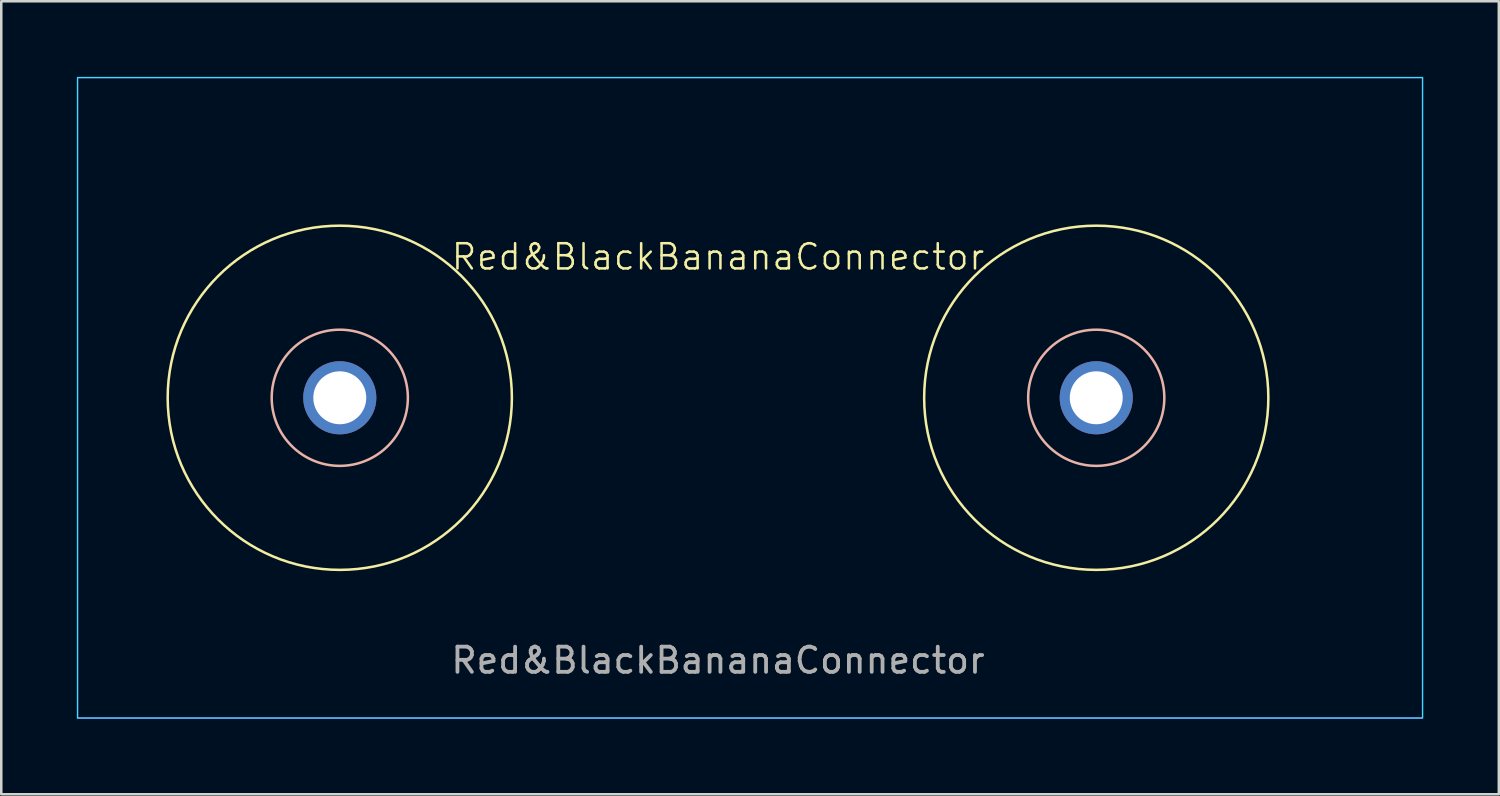
<source format=kicad_pcb>
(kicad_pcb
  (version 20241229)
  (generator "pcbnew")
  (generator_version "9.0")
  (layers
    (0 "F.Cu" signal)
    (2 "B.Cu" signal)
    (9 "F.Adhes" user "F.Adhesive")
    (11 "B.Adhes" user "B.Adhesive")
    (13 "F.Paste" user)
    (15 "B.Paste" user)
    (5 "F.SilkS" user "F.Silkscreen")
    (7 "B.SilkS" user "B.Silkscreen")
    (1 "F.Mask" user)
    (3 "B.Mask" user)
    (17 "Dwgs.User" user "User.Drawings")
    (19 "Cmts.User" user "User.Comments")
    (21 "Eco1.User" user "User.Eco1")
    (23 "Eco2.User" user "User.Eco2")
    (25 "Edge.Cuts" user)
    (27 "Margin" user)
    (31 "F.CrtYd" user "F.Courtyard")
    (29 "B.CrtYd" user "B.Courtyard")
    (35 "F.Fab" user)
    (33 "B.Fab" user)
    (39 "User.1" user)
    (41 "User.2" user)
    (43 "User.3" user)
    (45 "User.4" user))
  (footprint "Red&BlackBananaConnector"
    (layer "F.Cu")
    (at 25.425 12.725)
    (property "Reference" "Red&BlackBananaConnector" (at 0 -5.588 0) (unlocked yes) (layer "F.SilkS") (effects (font (size 1 1) (thickness 0.1))))
    (attr smd)
    (fp_circle (center -15 0) (end -10.174 4.826) (stroke (width 0.1) (type default)) (fill no) (layer "F.SilkS"))
    (fp_circle (center 15 0) (end 19.826 4.826) (stroke (width 0.1) (type default)) (fill no) (layer "F.SilkS"))
    (fp_circle (center -15 0) (end -12.968 1.778) (stroke (width 0.1) (type default)) (fill no) (layer "B.SilkS"))
    (fp_circle (center 15 0) (end 17.032 1.778) (stroke (width 0.1) (type default)) (fill no) (layer "B.SilkS"))
    (fp_rect (start -25.4 -12.7) (end 27.94 12.7) (stroke (width 0.05) (type default)) (fill no) (layer "B.CrtYd"))
    (fp_rect (start -25.4 -12.7) (end 27.94 12.7) (stroke (width 0.05) (type default)) (fill no) (layer "F.CrtYd"))
    (fp_text user "${REFERENCE}" (at 0 10.414 0) (unlocked yes) (layer "F.Fab") (effects (font (size 1 1) (thickness 0.15))))
    (pad "1" thru_hole circle (at -15 0) (size 2.9 2.9) (drill 2.1) (layers "*.Cu" "*.Mask"))
    (pad "2" thru_hole circle (at 15 0) (size 2.9 2.9) (drill 2.1) (layers "*.Cu" "*.Mask")))
  (gr_rect
    (start -3 -3)
    (end 56.39 28.45)
    (stroke (width 0.1) (type default))
    (fill no)
    (layer "Edge.Cuts")))
</source>
